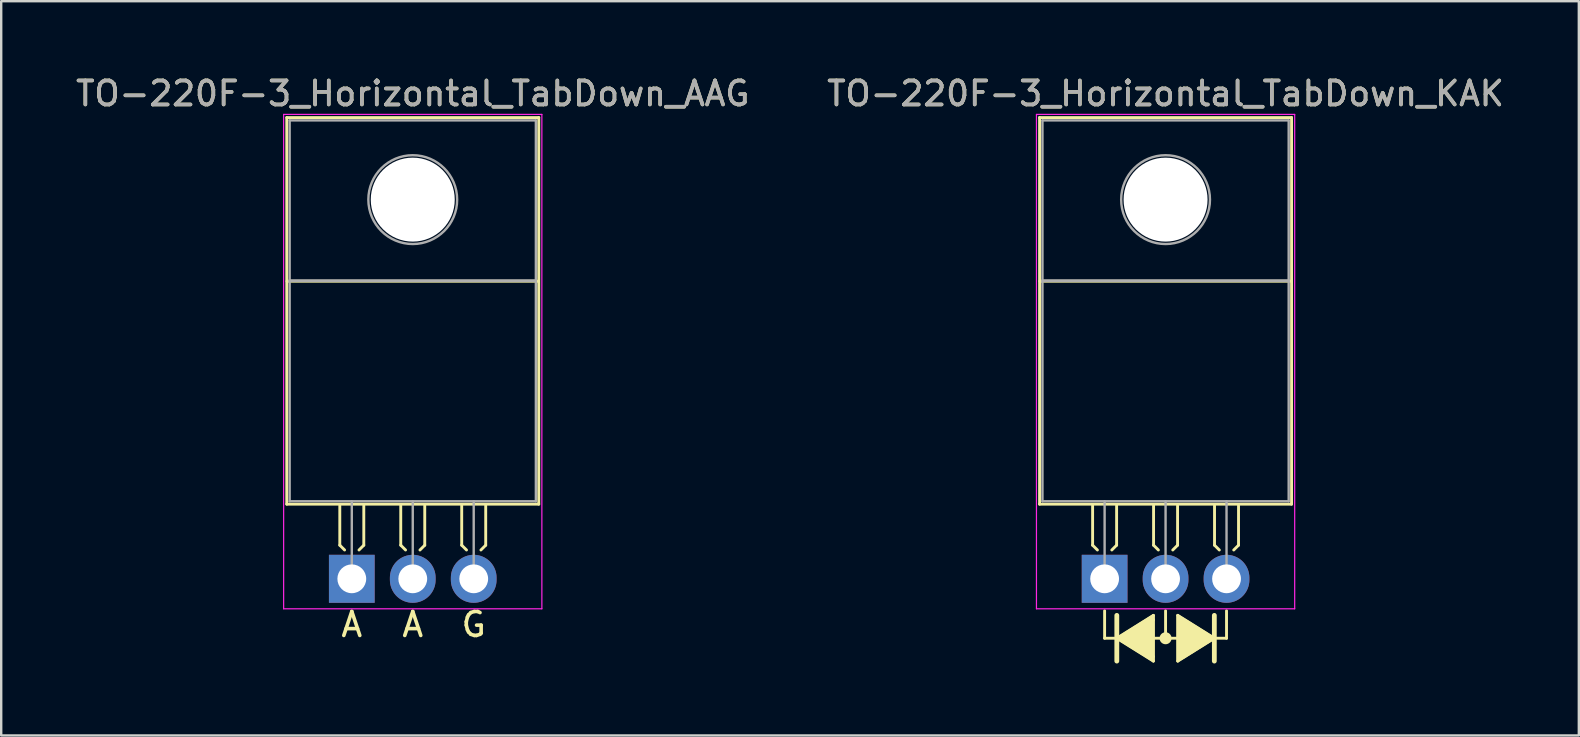
<source format=kicad_pcb>
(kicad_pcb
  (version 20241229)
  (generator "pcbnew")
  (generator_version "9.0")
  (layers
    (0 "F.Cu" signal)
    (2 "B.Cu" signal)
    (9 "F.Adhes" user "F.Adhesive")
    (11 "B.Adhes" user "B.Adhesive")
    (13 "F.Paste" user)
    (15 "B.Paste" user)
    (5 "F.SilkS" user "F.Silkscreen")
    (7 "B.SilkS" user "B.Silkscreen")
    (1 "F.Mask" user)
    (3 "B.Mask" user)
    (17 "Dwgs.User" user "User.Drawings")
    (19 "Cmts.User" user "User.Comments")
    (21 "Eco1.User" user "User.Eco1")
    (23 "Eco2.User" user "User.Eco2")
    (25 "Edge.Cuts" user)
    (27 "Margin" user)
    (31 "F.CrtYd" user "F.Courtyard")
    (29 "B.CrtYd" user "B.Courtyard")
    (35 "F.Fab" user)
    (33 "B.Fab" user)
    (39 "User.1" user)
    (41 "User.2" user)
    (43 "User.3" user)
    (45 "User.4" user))
  (footprint "TO-220F-3_Horizontal_TabDown_KAK"
    (layer "F.Cu")
    (at 42.978 21.068)
    (property "Reference" "TO-220F-3_Horizontal_TabDown_KAK" (at 2.54 -20.22 0) (layer "F.SilkS") (effects (font (size 1 1) (thickness 0.15))))
    (attr through_hole)
    (fp_line (start -2.71 -19.22) (end -2.71 -3.11) (stroke (width 0.12) (type solid)) (layer "F.SilkS"))
    (fp_line (start -2.71 -19.22) (end 7.79 -19.22) (stroke (width 0.12) (type solid)) (layer "F.SilkS"))
    (fp_line (start -2.71 -3.11) (end 7.79 -3.11) (stroke (width 0.12) (type solid)) (layer "F.SilkS"))
    (fp_line (start -2.7 -12.4) (end 7.75 -12.4) (stroke (width 0.12) (type solid)) (layer "F.SilkS"))
    (fp_line (start -0.5 -3.048) (end -0.5 -1.4) (stroke (width 0.12) (type solid)) (layer "F.SilkS"))
    (fp_line (start -0.5 -1.4) (end -0.3 -1.2) (stroke (width 0.12) (type solid)) (layer "F.SilkS"))
    (fp_line (start 0 1.333) (end 0 2.477) (stroke (width 0.12) (type solid)) (layer "F.SilkS"))
    (fp_line (start 0 2.477) (end 0.508 2.477) (stroke (width 0.12) (type solid)) (layer "F.SilkS"))
    (fp_line (start 0.5 -3.048) (end 0.5 -1.4) (stroke (width 0.12) (type solid)) (layer "F.SilkS"))
    (fp_line (start 0.5 -1.4) (end 0.3 -1.2) (stroke (width 0.12) (type solid)) (layer "F.SilkS"))
    (fp_line (start 0.508 1.524) (end 0.508 3.429) (stroke (width 0.2) (type solid)) (layer "F.SilkS"))
    (fp_line (start 0.508 2.477) (end 2.032 1.524) (stroke (width 0.12) (type solid)) (layer "F.SilkS"))
    (fp_line (start 0.508 2.477) (end 2.032 3.429) (stroke (width 0.12) (type solid)) (layer "F.SilkS"))
    (fp_line (start 2.032 1.714) (end 2.032 1.524) (stroke (width 0.12) (type solid)) (layer "F.SilkS"))
    (fp_line (start 2.032 3.239) (end 2.032 1.714) (stroke (width 0.12) (type solid)) (layer "F.SilkS"))
    (fp_line (start 2.032 3.239) (end 2.032 3.429) (stroke (width 0.12) (type solid)) (layer "F.SilkS"))
    (fp_line (start 2.04 -3.048) (end 2.04 -1.4) (stroke (width 0.12) (type solid)) (layer "F.SilkS"))
    (fp_line (start 2.04 -1.4) (end 2.24 -1.2) (stroke (width 0.12) (type solid)) (layer "F.SilkS"))
    (fp_line (start 2.54 1.333) (end 2.54 2.477) (stroke (width 0.12) (type solid)) (layer "F.SilkS"))
    (fp_line (start 2.54 2.477) (end 2.032 2.477) (stroke (width 0.12) (type solid)) (layer "F.SilkS"))
    (fp_line (start 2.54 2.477) (end 3.048 2.477) (stroke (width 0.12) (type solid)) (layer "F.SilkS"))
    (fp_line (start 3.04 -3.048) (end 3.04 -1.4) (stroke (width 0.12) (type solid)) (layer "F.SilkS"))
    (fp_line (start 3.04 -1.4) (end 2.84 -1.2) (stroke (width 0.12) (type solid)) (layer "F.SilkS"))
    (fp_line (start 3.048 1.524) (end 3.048 3.429) (stroke (width 0.12) (type solid)) (layer "F.SilkS"))
    (fp_line (start 3.048 3.429) (end 4.572 2.477) (stroke (width 0.12) (type solid)) (layer "F.SilkS"))
    (fp_line (start 4.572 2.477) (end 3.048 1.524) (stroke (width 0.12) (type solid)) (layer "F.SilkS"))
    (fp_line (start 4.572 3.429) (end 4.572 1.524) (stroke (width 0.2) (type solid)) (layer "F.SilkS"))
    (fp_line (start 4.58 -3.048) (end 4.58 -1.4) (stroke (width 0.12) (type solid)) (layer "F.SilkS"))
    (fp_line (start 4.58 -1.4) (end 4.78 -1.2) (stroke (width 0.12) (type solid)) (layer "F.SilkS"))
    (fp_line (start 5.08 1.333) (end 5.08 2.477) (stroke (width 0.12) (type solid)) (layer "F.SilkS"))
    (fp_line (start 5.08 2.477) (end 4.572 2.477) (stroke (width 0.12) (type solid)) (layer "F.SilkS"))
    (fp_line (start 5.58 -3.048) (end 5.58 -1.4) (stroke (width 0.12) (type solid)) (layer "F.SilkS"))
    (fp_line (start 5.58 -1.4) (end 5.38 -1.2) (stroke (width 0.12) (type solid)) (layer "F.SilkS"))
    (fp_line (start 7.79 -19.22) (end 7.79 -3.11) (stroke (width 0.12) (type solid)) (layer "F.SilkS"))
    (fp_circle (center 2.54 2.477) (end 2.54 2.54) (stroke (width 0.12) (type solid)) (fill no) (layer "F.SilkS"))
    (fp_circle (center 2.54 2.477) (end 2.54 2.603) (stroke (width 0.12) (type solid)) (fill no) (layer "F.SilkS"))
    (fp_circle (center 2.54 2.477) (end 2.54 2.667) (stroke (width 0.12) (type solid)) (fill no) (layer "F.SilkS"))
    (fp_poly (pts (xy 0.508 2.477) (xy 2.032 1.524) (xy 2.032 3.429)) (stroke (width 0.1) (type solid)) (fill yes) (layer "F.SilkS"))
    (fp_poly (pts (xy 3.048 1.524) (xy 4.572 2.477) (xy 3.048 3.429)) (stroke (width 0.1) (type solid)) (fill yes) (layer "F.SilkS"))
    (fp_line (start -2.84 -19.35) (end -2.84 1.25) (stroke (width 0.05) (type solid)) (layer "F.CrtYd"))
    (fp_line (start -2.84 1.25) (end 7.92 1.25) (stroke (width 0.05) (type solid)) (layer "F.CrtYd"))
    (fp_line (start 7.92 -19.35) (end -2.84 -19.35) (stroke (width 0.05) (type solid)) (layer "F.CrtYd"))
    (fp_line (start 7.92 1.25) (end 7.92 -19.35) (stroke (width 0.05) (type solid)) (layer "F.CrtYd"))
    (fp_line (start -2.59 -19.1) (end 7.67 -19.1) (stroke (width 0.1) (type solid)) (layer "F.Fab"))
    (fp_line (start -2.59 -12.42) (end -2.59 -19.1) (stroke (width 0.1) (type solid)) (layer "F.Fab"))
    (fp_line (start -2.59 -12.42) (end 7.67 -12.42) (stroke (width 0.1) (type solid)) (layer "F.Fab"))
    (fp_line (start -2.59 -3.23) (end -2.59 -12.42) (stroke (width 0.1) (type solid)) (layer "F.Fab"))
    (fp_line (start 0 -3.23) (end 0 0) (stroke (width 0.1) (type solid)) (layer "F.Fab"))
    (fp_line (start 2.54 -3.23) (end 2.54 0) (stroke (width 0.1) (type solid)) (layer "F.Fab"))
    (fp_line (start 5.08 -3.23) (end 5.08 0) (stroke (width 0.1) (type solid)) (layer "F.Fab"))
    (fp_line (start 7.67 -19.1) (end 7.67 -12.42) (stroke (width 0.1) (type solid)) (layer "F.Fab"))
    (fp_line (start 7.67 -12.42) (end -2.59 -12.42) (stroke (width 0.1) (type solid)) (layer "F.Fab"))
    (fp_line (start 7.67 -12.42) (end 7.67 -3.23) (stroke (width 0.1) (type solid)) (layer "F.Fab"))
    (fp_line (start 7.67 -3.23) (end -2.59 -3.23) (stroke (width 0.1) (type solid)) (layer "F.Fab"))
    (fp_circle (center 2.54 -15.8) (end 4.39 -15.8) (stroke (width 0.1) (type solid)) (fill no) (layer "F.Fab"))
    (fp_text user "${REFERENCE}" (at 2.54 -20.22 0) (layer "F.Fab") (effects (font (size 1 1) (thickness 0.15))))
    (pad "" np_thru_hole oval (at 2.54 -15.8) (size 3.5 3.5) (drill 3.5) (layers "*.Cu" "*.Mask"))
    (pad "1" thru_hole rect (at 0 0) (size 1.905 2) (drill 1.2) (layers "*.Cu" "*.Mask"))
    (pad "2" thru_hole oval (at 2.54 0) (size 1.905 2) (drill 1.2) (layers "*.Cu" "*.Mask"))
    (pad "3" thru_hole oval (at 5.08 0) (size 1.905 2) (drill 1.2) (layers "*.Cu" "*.Mask")))
  (footprint "TO-220F-3_Horizontal_TabDown_AAG"
    (layer "F.Cu")
    (at 11.609 21.068)
    (property "Reference" "TO-220F-3_Horizontal_TabDown_AAG" (at 2.54 -20.22 0) (layer "F.SilkS") (effects (font (size 1 1) (thickness 0.15))))
    (fp_line (start -2.71 -19.22) (end -2.71 -3.11) (stroke (width 0.12) (type solid)) (layer "F.SilkS"))
    (fp_line (start -2.71 -19.22) (end 7.79 -19.22) (stroke (width 0.12) (type solid)) (layer "F.SilkS"))
    (fp_line (start -2.71 -3.11) (end 7.79 -3.11) (stroke (width 0.12) (type solid)) (layer "F.SilkS"))
    (fp_line (start -2.7 -12.4) (end 7.75 -12.4) (stroke (width 0.12) (type solid)) (layer "F.SilkS"))
    (fp_line (start -0.5 -3.048) (end -0.5 -1.4) (stroke (width 0.12) (type solid)) (layer "F.SilkS"))
    (fp_line (start -0.5 -1.4) (end -0.3 -1.2) (stroke (width 0.12) (type solid)) (layer "F.SilkS"))
    (fp_line (start 0.5 -3.048) (end 0.5 -1.4) (stroke (width 0.12) (type solid)) (layer "F.SilkS"))
    (fp_line (start 0.5 -1.4) (end 0.3 -1.2) (stroke (width 0.12) (type solid)) (layer "F.SilkS"))
    (fp_line (start 2.04 -3.048) (end 2.04 -1.4) (stroke (width 0.12) (type solid)) (layer "F.SilkS"))
    (fp_line (start 2.04 -1.4) (end 2.24 -1.2) (stroke (width 0.12) (type solid)) (layer "F.SilkS"))
    (fp_line (start 3.04 -3.048) (end 3.04 -1.4) (stroke (width 0.12) (type solid)) (layer "F.SilkS"))
    (fp_line (start 3.04 -1.4) (end 2.84 -1.2) (stroke (width 0.12) (type solid)) (layer "F.SilkS"))
    (fp_line (start 4.58 -3.048) (end 4.58 -1.4) (stroke (width 0.12) (type solid)) (layer "F.SilkS"))
    (fp_line (start 4.58 -1.4) (end 4.78 -1.2) (stroke (width 0.12) (type solid)) (layer "F.SilkS"))
    (fp_line (start 5.58 -3.048) (end 5.58 -1.4) (stroke (width 0.12) (type solid)) (layer "F.SilkS"))
    (fp_line (start 5.58 -1.4) (end 5.38 -1.2) (stroke (width 0.12) (type solid)) (layer "F.SilkS"))
    (fp_line (start 7.79 -19.22) (end 7.79 -3.11) (stroke (width 0.12) (type solid)) (layer "F.SilkS"))
    (fp_line (start -2.84 -19.35) (end -2.84 1.25) (stroke (width 0.05) (type solid)) (layer "F.CrtYd"))
    (fp_line (start -2.84 1.25) (end 7.92 1.25) (stroke (width 0.05) (type solid)) (layer "F.CrtYd"))
    (fp_line (start 7.92 -19.35) (end -2.84 -19.35) (stroke (width 0.05) (type solid)) (layer "F.CrtYd"))
    (fp_line (start 7.92 1.25) (end 7.92 -19.35) (stroke (width 0.05) (type solid)) (layer "F.CrtYd"))
    (fp_line (start -2.59 -19.1) (end 7.67 -19.1) (stroke (width 0.1) (type solid)) (layer "F.Fab"))
    (fp_line (start -2.59 -12.42) (end -2.59 -19.1) (stroke (width 0.1) (type solid)) (layer "F.Fab"))
    (fp_line (start -2.59 -12.42) (end 7.67 -12.42) (stroke (width 0.1) (type solid)) (layer "F.Fab"))
    (fp_line (start -2.59 -3.23) (end -2.59 -12.42) (stroke (width 0.1) (type solid)) (layer "F.Fab"))
    (fp_line (start 0 -3.23) (end 0 0) (stroke (width 0.1) (type solid)) (layer "F.Fab"))
    (fp_line (start 2.54 -3.23) (end 2.54 0) (stroke (width 0.1) (type solid)) (layer "F.Fab"))
    (fp_line (start 5.08 -3.23) (end 5.08 0) (stroke (width 0.1) (type solid)) (layer "F.Fab"))
    (fp_line (start 7.67 -19.1) (end 7.67 -12.42) (stroke (width 0.1) (type solid)) (layer "F.Fab"))
    (fp_line (start 7.67 -12.42) (end -2.59 -12.42) (stroke (width 0.1) (type solid)) (layer "F.Fab"))
    (fp_line (start 7.67 -12.42) (end 7.67 -3.23) (stroke (width 0.1) (type solid)) (layer "F.Fab"))
    (fp_line (start 7.67 -3.23) (end -2.59 -3.23) (stroke (width 0.1) (type solid)) (layer "F.Fab"))
    (fp_circle (center 2.54 -15.8) (end 4.39 -15.8) (stroke (width 0.1) (type solid)) (fill no) (layer "F.Fab"))
    (fp_text user "G" (at 5.08 1.905 0) (unlocked yes) (layer "F.SilkS") (effects (font (size 1 1) (thickness 0.15))))
    (fp_text user "A" (at 2.54 1.905 0) (unlocked yes) (layer "F.SilkS") (effects (font (size 1 1) (thickness 0.15))))
    (fp_text user "A" (at 0 1.905 0) (unlocked yes) (layer "F.SilkS") (effects (font (size 1 1) (thickness 0.15))))
    (fp_text user "${REFERENCE}" (at 2.54 -20.22 0) (layer "F.Fab") (effects (font (size 1 1) (thickness 0.15))))
    (pad "" np_thru_hole oval (at 2.54 -15.8) (size 3.5 3.5) (drill 3.5) (layers "*.Cu" "*.Mask"))
    (pad "1" thru_hole rect (at 0 0) (size 1.905 2) (drill 1.2) (layers "*.Cu" "*.Mask"))
    (pad "2" thru_hole oval (at 2.54 0) (size 1.905 2) (drill 1.2) (layers "*.Cu" "*.Mask"))
    (pad "3" thru_hole oval (at 5.08 0) (size 1.905 2) (drill 1.2) (layers "*.Cu" "*.Mask")))
  (gr_rect
    (start -3 -3)
    (end 62.738 27.597)
    (stroke (width 0.1) (type default))
    (fill no)
    (layer "Edge.Cuts")))
</source>
